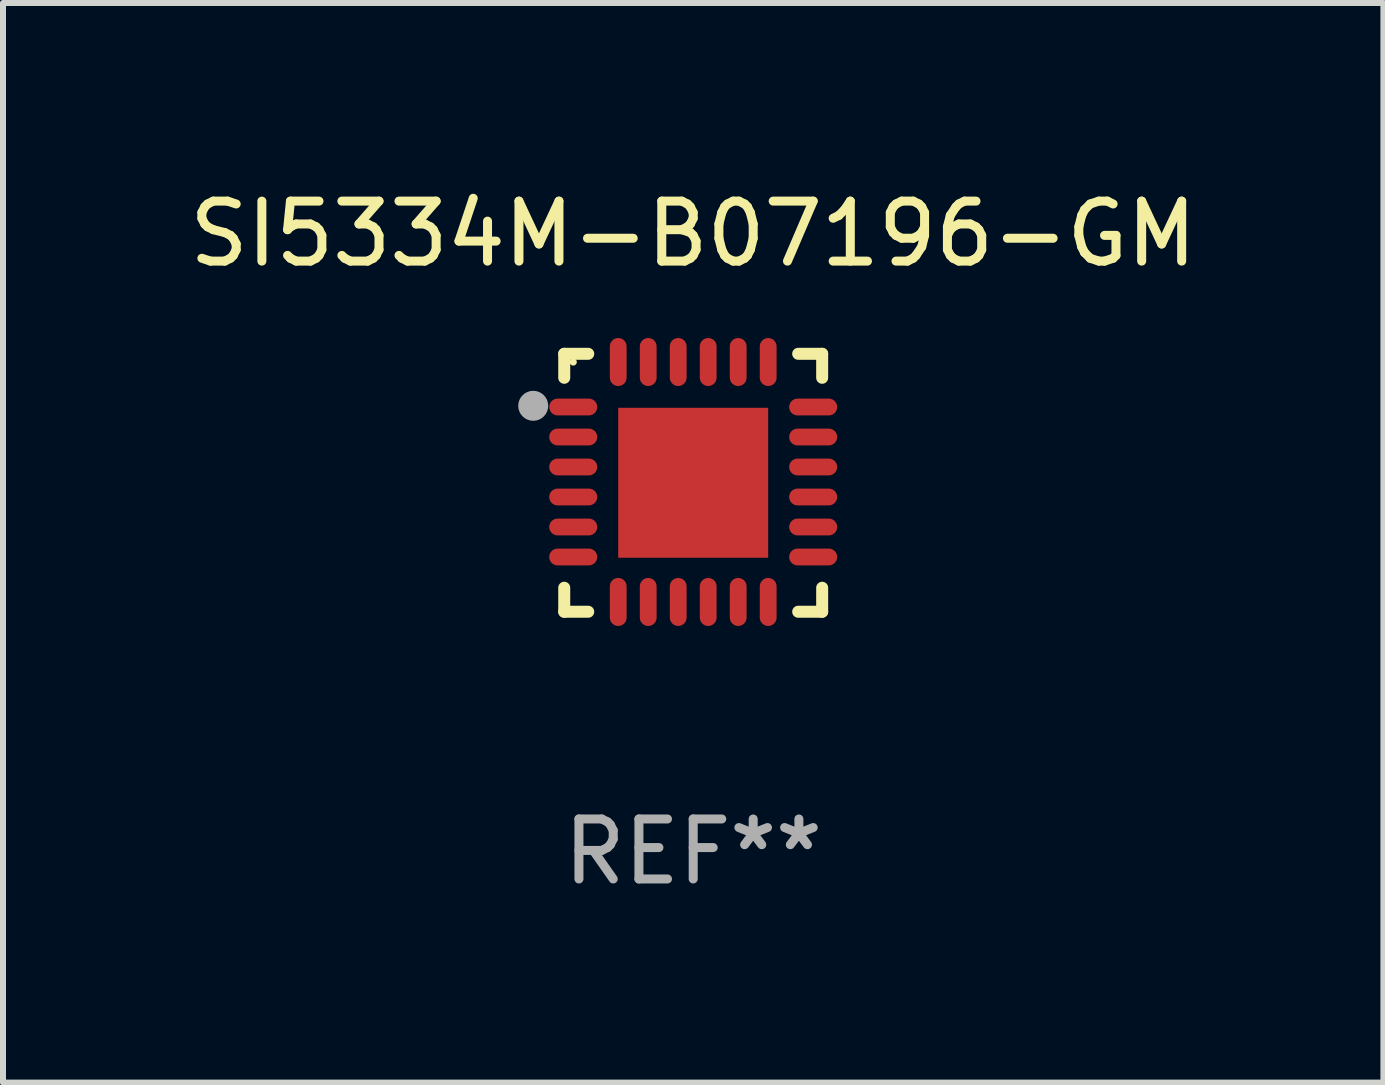
<source format=kicad_pcb>
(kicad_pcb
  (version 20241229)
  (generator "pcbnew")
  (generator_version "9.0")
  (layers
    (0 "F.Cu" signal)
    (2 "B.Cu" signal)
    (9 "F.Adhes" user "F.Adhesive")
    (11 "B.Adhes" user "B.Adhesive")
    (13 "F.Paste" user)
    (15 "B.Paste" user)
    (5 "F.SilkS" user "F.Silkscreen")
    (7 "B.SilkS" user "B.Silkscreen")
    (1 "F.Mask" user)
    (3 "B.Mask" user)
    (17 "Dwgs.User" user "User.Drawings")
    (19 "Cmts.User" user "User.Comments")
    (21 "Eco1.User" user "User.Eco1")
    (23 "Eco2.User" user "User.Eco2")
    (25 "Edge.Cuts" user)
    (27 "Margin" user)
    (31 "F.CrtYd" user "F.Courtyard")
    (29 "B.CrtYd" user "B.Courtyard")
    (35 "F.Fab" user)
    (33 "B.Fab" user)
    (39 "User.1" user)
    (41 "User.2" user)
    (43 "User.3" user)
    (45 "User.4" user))
  (footprint "SI5334M-B07196-GM"
    (layer "F.Cu")
    (at 8.506 4.998)
    (property "Reference" "SI5334M-B07196-GM" (at 0 -4.15 0) (layer "F.SilkS") (effects (font (size 1 1) (thickness 0.15))))
    (attr through_hole)
    (fp_line (start -2.15 -2.15) (end -1.75 -2.15) (stroke (width 0.2) (type solid)) (layer "F.SilkS"))
    (fp_line (start -2.15 -1.75) (end -2.15 -2.15) (stroke (width 0.2) (type solid)) (layer "F.SilkS"))
    (fp_line (start -2.15 2.15) (end -2.15 1.75) (stroke (width 0.2) (type solid)) (layer "F.SilkS"))
    (fp_line (start -1.75 2.15) (end -2.15 2.15) (stroke (width 0.2) (type solid)) (layer "F.SilkS"))
    (fp_line (start 1.75 -2.15) (end 2.15 -2.15) (stroke (width 0.2) (type solid)) (layer "F.SilkS"))
    (fp_line (start 1.75 2.15) (end 2.15 2.15) (stroke (width 0.2) (type solid)) (layer "F.SilkS"))
    (fp_line (start 2.15 -2.15) (end 2.15 -1.75) (stroke (width 0.2) (type solid)) (layer "F.SilkS"))
    (fp_line (start 2.15 2.15) (end 2.15 1.75) (stroke (width 0.2) (type solid)) (layer "F.SilkS"))
    (fp_circle (center -2 -2.013) (end -1.97 -2.013) (stroke (width 0.06) (type solid)) (fill no) (layer "F.SilkS"))
    (fp_circle (center -2.667 -1.283) (end -2.542 -1.283) (stroke (width 0.25) (type solid)) (fill no) (layer "F.Fab"))
    (fp_text user "REF**" (at 0 6.15 0) (layer "F.Fab") (effects (font (size 1 1) (thickness 0.15))))
    (pad "1" smd oval (at -2 -1.263) (size 0.8 0.28) (layers "F.Cu" "F.Mask" "F.Paste"))
    (pad "2" smd oval (at -2 -0.763) (size 0.8 0.28) (layers "F.Cu" "F.Mask" "F.Paste"))
    (pad "3" smd oval (at -2 -0.263) (size 0.8 0.28) (layers "F.Cu" "F.Mask" "F.Paste"))
    (pad "4" smd oval (at -2 0.237) (size 0.8 0.28) (layers "F.Cu" "F.Mask" "F.Paste"))
    (pad "5" smd oval (at -2 0.737) (size 0.8 0.28) (layers "F.Cu" "F.Mask" "F.Paste"))
    (pad "6" smd oval (at -2 1.237) (size 0.8 0.28) (layers "F.Cu" "F.Mask" "F.Paste"))
    (pad "7" smd oval (at -1.25 1.987) (size 0.28 0.8) (layers "F.Cu" "F.Mask" "F.Paste"))
    (pad "8" smd oval (at -0.75 1.987) (size 0.28 0.8) (layers "F.Cu" "F.Mask" "F.Paste"))
    (pad "9" smd oval (at -0.25 1.987) (size 0.28 0.8) (layers "F.Cu" "F.Mask" "F.Paste"))
    (pad "10" smd oval (at 0.25 1.987) (size 0.28 0.8) (layers "F.Cu" "F.Mask" "F.Paste"))
    (pad "11" smd oval (at 0.75 1.987) (size 0.28 0.8) (layers "F.Cu" "F.Mask" "F.Paste"))
    (pad "12" smd oval (at 1.25 1.987) (size 0.28 0.8) (layers "F.Cu" "F.Mask" "F.Paste"))
    (pad "13" smd oval (at 2 1.237) (size 0.8 0.28) (layers "F.Cu" "F.Mask" "F.Paste"))
    (pad "14" smd oval (at 2 0.737) (size 0.8 0.28) (layers "F.Cu" "F.Mask" "F.Paste"))
    (pad "15" smd oval (at 2 0.237) (size 0.8 0.28) (layers "F.Cu" "F.Mask" "F.Paste"))
    (pad "16" smd oval (at 2 -0.263) (size 0.8 0.28) (layers "F.Cu" "F.Mask" "F.Paste"))
    (pad "17" smd oval (at 2 -0.763) (size 0.8 0.28) (layers "F.Cu" "F.Mask" "F.Paste"))
    (pad "18" smd oval (at 2 -1.263) (size 0.8 0.28) (layers "F.Cu" "F.Mask" "F.Paste"))
    (pad "19" smd oval (at 1.25 -2.013) (size 0.28 0.8) (layers "F.Cu" "F.Mask" "F.Paste"))
    (pad "20" smd oval (at 0.75 -2.013) (size 0.28 0.8) (layers "F.Cu" "F.Mask" "F.Paste"))
    (pad "21" smd oval (at 0.25 -2.013) (size 0.28 0.8) (layers "F.Cu" "F.Mask" "F.Paste"))
    (pad "22" smd oval (at -0.25 -2.013) (size 0.28 0.8) (layers "F.Cu" "F.Mask" "F.Paste"))
    (pad "23" smd oval (at -0.75 -2.013) (size 0.28 0.8) (layers "F.Cu" "F.Mask" "F.Paste"))
    (pad "24" smd oval (at -1.25 -2.013) (size 0.28 0.8) (layers "F.Cu" "F.Mask" "F.Paste"))
    (pad "25" smd rect (at -0.000127 -0.00014) (size 2.5 2.5) (layers "F.Cu" "F.Mask" "F.Paste")))
  (gr_rect
    (start -3 -3)
    (end 20.012 14.997)
    (stroke (width 0.1) (type default))
    (fill no)
    (layer "Edge.Cuts")))
</source>
